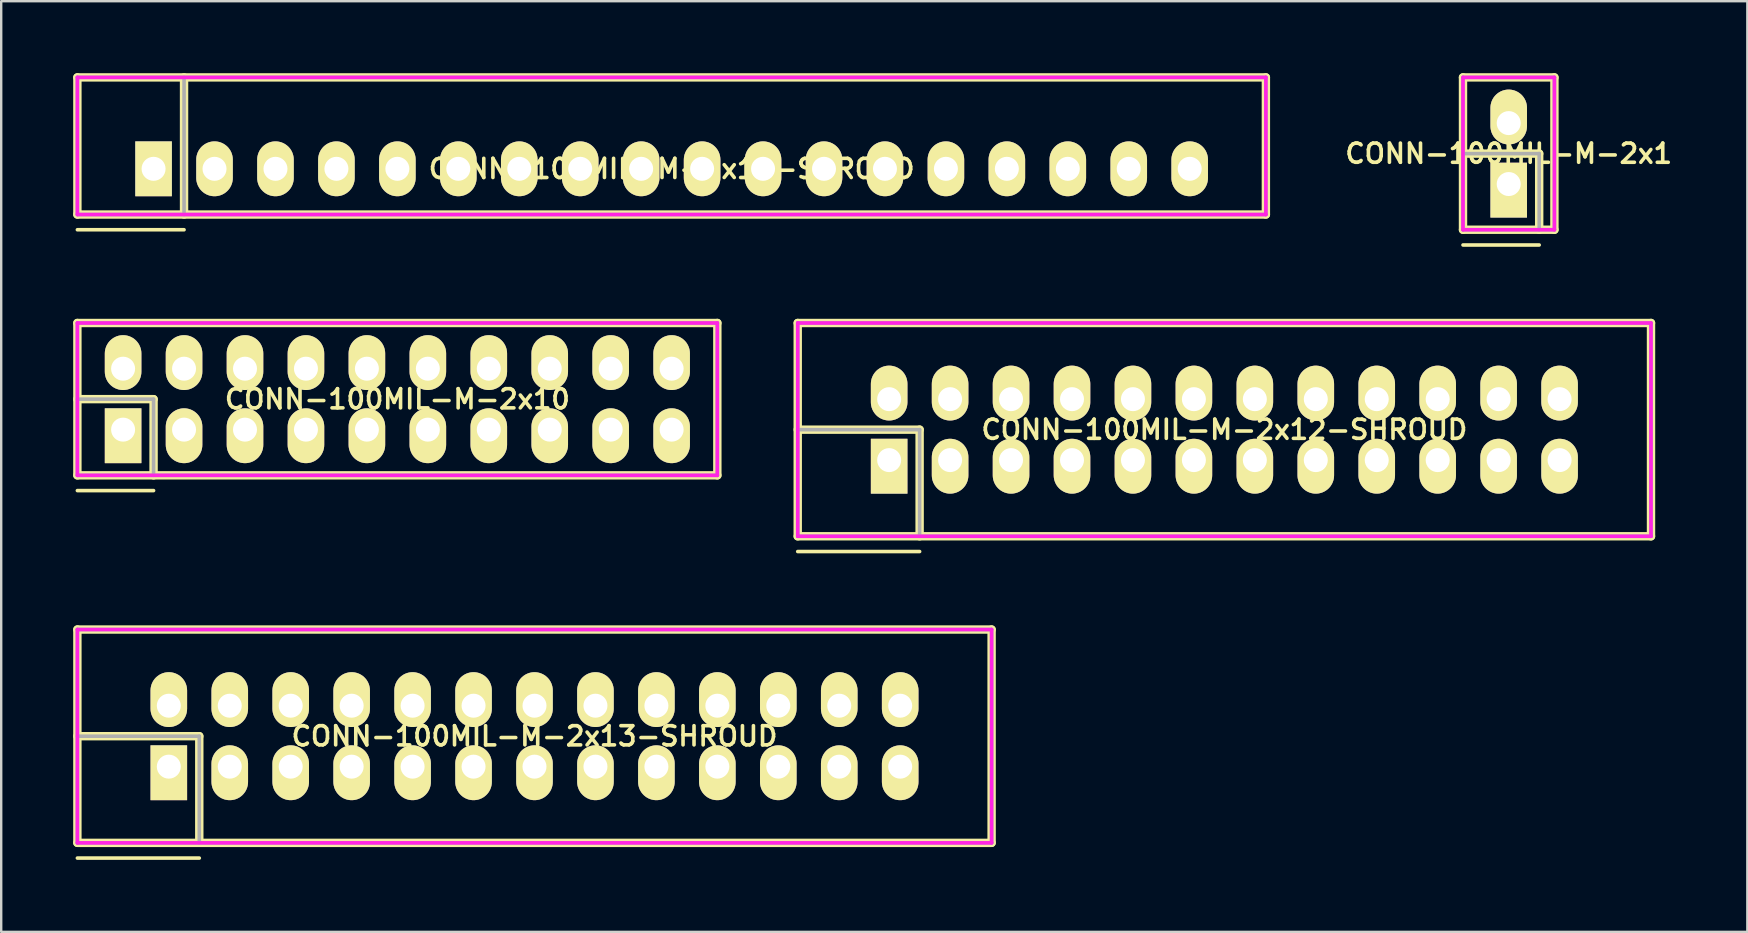
<source format=kicad_pcb>
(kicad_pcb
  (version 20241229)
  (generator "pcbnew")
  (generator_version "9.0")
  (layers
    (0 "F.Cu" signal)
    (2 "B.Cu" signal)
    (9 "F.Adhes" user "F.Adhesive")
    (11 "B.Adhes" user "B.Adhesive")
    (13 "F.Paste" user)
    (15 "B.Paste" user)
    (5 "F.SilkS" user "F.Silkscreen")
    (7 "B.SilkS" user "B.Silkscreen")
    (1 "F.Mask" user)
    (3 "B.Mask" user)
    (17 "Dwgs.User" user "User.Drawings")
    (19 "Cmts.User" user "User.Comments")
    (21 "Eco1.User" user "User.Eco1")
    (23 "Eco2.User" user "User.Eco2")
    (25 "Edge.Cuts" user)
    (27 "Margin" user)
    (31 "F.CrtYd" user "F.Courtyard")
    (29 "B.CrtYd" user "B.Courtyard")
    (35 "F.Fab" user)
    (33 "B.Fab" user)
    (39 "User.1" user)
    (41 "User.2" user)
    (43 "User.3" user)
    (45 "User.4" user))
  (footprint "CONN-100MIL-M-2x10"
    (layer "F.Cu")
    (at 13.51 13.585)
    (property "Reference" "CONN-100MIL-M-2x10" (at 0 0 0) (layer "F.SilkS") (effects (font (size 0.8 0.8) (thickness 0.15))))
    (attr through_hole)
    (fp_line (start -13.335 -3.175) (end 13.335 -3.175) (stroke (width 0.35) (type solid)) (layer "F.SilkS"))
    (fp_line (start -13.335 0) (end -10.16 0) (stroke (width 0.35) (type solid)) (layer "F.SilkS"))
    (fp_line (start -13.335 3.175) (end -13.335 -3.175) (stroke (width 0.35) (type solid)) (layer "F.SilkS"))
    (fp_line (start -13.335 3.81) (end -10.16 3.81) (stroke (width 0.15) (type solid)) (layer "F.SilkS"))
    (fp_line (start -10.16 0) (end -10.16 3.175) (stroke (width 0.35) (type solid)) (layer "F.SilkS"))
    (fp_line (start 13.335 -3.175) (end 13.335 3.175) (stroke (width 0.35) (type solid)) (layer "F.SilkS"))
    (fp_line (start 13.335 3.175) (end -13.335 3.175) (stroke (width 0.35) (type solid)) (layer "F.SilkS"))
    (fp_line (start -13.335 -3.175) (end 13.335 -3.175) (stroke (width 0.15) (type solid)) (layer "F.CrtYd"))
    (fp_line (start -13.335 3.175) (end -13.335 -3.175) (stroke (width 0.15) (type solid)) (layer "F.CrtYd"))
    (fp_line (start 13.335 -3.175) (end 13.335 3.175) (stroke (width 0.15) (type solid)) (layer "F.CrtYd"))
    (fp_line (start 13.335 3.175) (end -13.335 3.175) (stroke (width 0.15) (type solid)) (layer "F.CrtYd"))
    (fp_line (start -13.335 -3.175) (end 13.335 -3.175) (stroke (width 0.15) (type solid)) (layer "F.Fab"))
    (fp_line (start -13.335 0) (end -10.16 0) (stroke (width 0.15) (type solid)) (layer "F.Fab"))
    (fp_line (start -13.335 3.175) (end -13.335 -3.175) (stroke (width 0.15) (type solid)) (layer "F.Fab"))
    (fp_line (start -10.16 0) (end -10.16 3.175) (stroke (width 0.15) (type solid)) (layer "F.Fab"))
    (fp_line (start 13.335 -3.175) (end 13.335 3.175) (stroke (width 0.15) (type solid)) (layer "F.Fab"))
    (fp_line (start 13.335 3.175) (end -13.335 3.175) (stroke (width 0.15) (type solid)) (layer "F.Fab"))
    (pad "1" thru_hole rect (at -11.43 1.27) (size 1.524 2.286) (drill 1 (offset 0 0.254)) (layers "*.Cu" "*.Mask" "F.SilkS"))
    (pad "2" thru_hole oval (at -11.43 -1.27) (size 1.524 2.286) (drill 1 (offset 0 -0.254)) (layers "*.Cu" "*.Mask" "F.SilkS"))
    (pad "3" thru_hole oval (at -8.89 1.27) (size 1.524 2.286) (drill 1 (offset 0 0.254)) (layers "*.Cu" "*.Mask" "F.SilkS"))
    (pad "4" thru_hole oval (at -8.89 -1.27) (size 1.524 2.286) (drill 1 (offset 0 -0.254)) (layers "*.Cu" "*.Mask" "F.SilkS"))
    (pad "5" thru_hole oval (at -6.35 1.27) (size 1.524 2.286) (drill 1 (offset 0 0.254)) (layers "*.Cu" "*.Mask" "F.SilkS"))
    (pad "6" thru_hole oval (at -6.35 -1.27) (size 1.524 2.286) (drill 1 (offset 0 -0.254)) (layers "*.Cu" "*.Mask" "F.SilkS"))
    (pad "7" thru_hole oval (at -3.81 1.27) (size 1.524 2.286) (drill 1 (offset 0 0.254)) (layers "*.Cu" "*.Mask" "F.SilkS"))
    (pad "8" thru_hole oval (at -3.81 -1.27) (size 1.524 2.286) (drill 1 (offset 0 -0.254)) (layers "*.Cu" "*.Mask" "F.SilkS"))
    (pad "9" thru_hole oval (at -1.27 1.27) (size 1.524 2.286) (drill 1 (offset 0 0.254)) (layers "*.Cu" "*.Mask" "F.SilkS"))
    (pad "10" thru_hole oval (at -1.27 -1.27) (size 1.524 2.286) (drill 1 (offset 0 -0.254)) (layers "*.Cu" "*.Mask" "F.SilkS"))
    (pad "11" thru_hole oval (at 1.27 1.27) (size 1.524 2.286) (drill 1 (offset 0 0.254)) (layers "*.Cu" "*.Mask" "F.SilkS"))
    (pad "12" thru_hole oval (at 1.27 -1.27) (size 1.524 2.286) (drill 1 (offset 0 -0.254)) (layers "*.Cu" "*.Mask" "F.SilkS"))
    (pad "13" thru_hole oval (at 3.81 1.27) (size 1.524 2.286) (drill 1 (offset 0 0.254)) (layers "*.Cu" "*.Mask" "F.SilkS"))
    (pad "14" thru_hole oval (at 3.81 -1.27) (size 1.524 2.286) (drill 1 (offset 0 -0.254)) (layers "*.Cu" "*.Mask" "F.SilkS"))
    (pad "15" thru_hole oval (at 6.35 1.27) (size 1.524 2.286) (drill 1 (offset 0 0.254)) (layers "*.Cu" "*.Mask" "F.SilkS"))
    (pad "16" thru_hole oval (at 6.35 -1.27) (size 1.524 2.286) (drill 1 (offset 0 -0.254)) (layers "*.Cu" "*.Mask" "F.SilkS"))
    (pad "17" thru_hole oval (at 8.89 1.27) (size 1.524 2.286) (drill 1 (offset 0 0.254)) (layers "*.Cu" "*.Mask" "F.SilkS"))
    (pad "18" thru_hole oval (at 8.89 -1.27) (size 1.524 2.286) (drill 1 (offset 0 -0.254)) (layers "*.Cu" "*.Mask" "F.SilkS"))
    (pad "19" thru_hole oval (at 11.43 1.27) (size 1.524 2.286) (drill 1 (offset 0 0.254)) (layers "*.Cu" "*.Mask" "F.SilkS"))
    (pad "20" thru_hole oval (at 11.43 -1.27) (size 1.524 2.286) (drill 1 (offset 0 -0.254)) (layers "*.Cu" "*.Mask" "F.SilkS")))
  (footprint "CONN-100MIL-M-2x13-SHROUD"
    (layer "F.Cu")
    (at 19.225 27.63)
    (property "Reference" "CONN-100MIL-M-2x13-SHROUD" (at 0 0 0) (layer "F.SilkS") (effects (font (size 0.8 0.8) (thickness 0.15))))
    (attr through_hole)
    (fp_line (start -19.05 -4.445) (end 19.05 -4.445) (stroke (width 0.35) (type solid)) (layer "F.SilkS"))
    (fp_line (start -19.05 0) (end -13.97 0) (stroke (width 0.35) (type solid)) (layer "F.SilkS"))
    (fp_line (start -19.05 4.445) (end -19.05 -4.445) (stroke (width 0.35) (type solid)) (layer "F.SilkS"))
    (fp_line (start -19.05 5.08) (end -13.97 5.08) (stroke (width 0.15) (type solid)) (layer "F.SilkS"))
    (fp_line (start -13.97 0) (end -13.97 4.445) (stroke (width 0.35) (type solid)) (layer "F.SilkS"))
    (fp_line (start 19.05 -4.445) (end 19.05 4.445) (stroke (width 0.35) (type solid)) (layer "F.SilkS"))
    (fp_line (start 19.05 4.445) (end -19.05 4.445) (stroke (width 0.35) (type solid)) (layer "F.SilkS"))
    (fp_line (start -19.05 -4.445) (end 19.05 -4.445) (stroke (width 0.15) (type solid)) (layer "F.CrtYd"))
    (fp_line (start -19.05 4.445) (end -19.05 -4.445) (stroke (width 0.15) (type solid)) (layer "F.CrtYd"))
    (fp_line (start 19.05 -4.445) (end 19.05 4.445) (stroke (width 0.15) (type solid)) (layer "F.CrtYd"))
    (fp_line (start 19.05 4.445) (end -19.05 4.445) (stroke (width 0.15) (type solid)) (layer "F.CrtYd"))
    (fp_line (start -19.05 -4.445) (end 19.05 -4.445) (stroke (width 0.15) (type solid)) (layer "F.Fab"))
    (fp_line (start -19.05 0) (end -13.97 0) (stroke (width 0.15) (type solid)) (layer "F.Fab"))
    (fp_line (start -19.05 4.445) (end -19.05 -4.445) (stroke (width 0.15) (type solid)) (layer "F.Fab"))
    (fp_line (start -13.97 0) (end -13.97 4.445) (stroke (width 0.15) (type solid)) (layer "F.Fab"))
    (fp_line (start 19.05 -4.445) (end 19.05 4.445) (stroke (width 0.15) (type solid)) (layer "F.Fab"))
    (fp_line (start 19.05 4.445) (end -19.05 4.445) (stroke (width 0.15) (type solid)) (layer "F.Fab"))
    (pad "1" thru_hole rect (at -15.24 1.27) (size 1.524 2.286) (drill 1 (offset 0 0.254)) (layers "*.Cu" "*.Mask" "F.SilkS"))
    (pad "2" thru_hole oval (at -15.24 -1.27) (size 1.524 2.286) (drill 1 (offset 0 -0.254)) (layers "*.Cu" "*.Mask" "F.SilkS"))
    (pad "3" thru_hole oval (at -12.7 1.27) (size 1.524 2.286) (drill 1 (offset 0 0.254)) (layers "*.Cu" "*.Mask" "F.SilkS"))
    (pad "4" thru_hole oval (at -12.7 -1.27) (size 1.524 2.286) (drill 1 (offset 0 -0.254)) (layers "*.Cu" "*.Mask" "F.SilkS"))
    (pad "5" thru_hole oval (at -10.16 1.27) (size 1.524 2.286) (drill 1 (offset 0 0.254)) (layers "*.Cu" "*.Mask" "F.SilkS"))
    (pad "6" thru_hole oval (at -10.16 -1.27) (size 1.524 2.286) (drill 1 (offset 0 -0.254)) (layers "*.Cu" "*.Mask" "F.SilkS"))
    (pad "7" thru_hole oval (at -7.62 1.27) (size 1.524 2.286) (drill 1 (offset 0 0.254)) (layers "*.Cu" "*.Mask" "F.SilkS"))
    (pad "8" thru_hole oval (at -7.62 -1.27) (size 1.524 2.286) (drill 1 (offset 0 -0.254)) (layers "*.Cu" "*.Mask" "F.SilkS"))
    (pad "9" thru_hole oval (at -5.08 1.27) (size 1.524 2.286) (drill 1 (offset 0 0.254)) (layers "*.Cu" "*.Mask" "F.SilkS"))
    (pad "10" thru_hole oval (at -5.08 -1.27) (size 1.524 2.286) (drill 1 (offset 0 -0.254)) (layers "*.Cu" "*.Mask" "F.SilkS"))
    (pad "11" thru_hole oval (at -2.54 1.27) (size 1.524 2.286) (drill 1 (offset 0 0.254)) (layers "*.Cu" "*.Mask" "F.SilkS"))
    (pad "12" thru_hole oval (at -2.54 -1.27) (size 1.524 2.286) (drill 1 (offset 0 -0.254)) (layers "*.Cu" "*.Mask" "F.SilkS"))
    (pad "13" thru_hole oval (at 0 1.27) (size 1.524 2.286) (drill 1 (offset 0 0.254)) (layers "*.Cu" "*.Mask" "F.SilkS"))
    (pad "14" thru_hole oval (at 0 -1.27) (size 1.524 2.286) (drill 1 (offset 0 -0.254)) (layers "*.Cu" "*.Mask" "F.SilkS"))
    (pad "15" thru_hole oval (at 2.54 1.27) (size 1.524 2.286) (drill 1 (offset 0 0.254)) (layers "*.Cu" "*.Mask" "F.SilkS"))
    (pad "16" thru_hole oval (at 2.54 -1.27) (size 1.524 2.286) (drill 1 (offset 0 -0.254)) (layers "*.Cu" "*.Mask" "F.SilkS"))
    (pad "17" thru_hole oval (at 5.08 1.27) (size 1.524 2.286) (drill 1 (offset 0 0.254)) (layers "*.Cu" "*.Mask" "F.SilkS"))
    (pad "18" thru_hole oval (at 5.08 -1.27) (size 1.524 2.286) (drill 1 (offset 0 -0.254)) (layers "*.Cu" "*.Mask" "F.SilkS"))
    (pad "19" thru_hole oval (at 7.62 1.27) (size 1.524 2.286) (drill 1 (offset 0 0.254)) (layers "*.Cu" "*.Mask" "F.SilkS"))
    (pad "20" thru_hole oval (at 7.62 -1.27) (size 1.524 2.286) (drill 1 (offset 0 -0.254)) (layers "*.Cu" "*.Mask" "F.SilkS"))
    (pad "21" thru_hole oval (at 10.16 1.27) (size 1.524 2.286) (drill 1 (offset 0 0.254)) (layers "*.Cu" "*.Mask" "F.SilkS"))
    (pad "22" thru_hole oval (at 10.16 -1.27) (size 1.524 2.286) (drill 1 (offset 0 -0.254)) (layers "*.Cu" "*.Mask" "F.SilkS"))
    (pad "23" thru_hole oval (at 12.7 1.27) (size 1.524 2.286) (drill 1 (offset 0 0.254)) (layers "*.Cu" "*.Mask" "F.SilkS"))
    (pad "24" thru_hole oval (at 12.7 -1.27) (size 1.524 2.286) (drill 1 (offset 0 -0.254)) (layers "*.Cu" "*.Mask" "F.SilkS"))
    (pad "25" thru_hole oval (at 15.24 1.27) (size 1.524 2.286) (drill 1 (offset 0 0.254)) (layers "*.Cu" "*.Mask" "F.SilkS"))
    (pad "26" thru_hole oval (at 15.24 -1.27) (size 1.524 2.286) (drill 1 (offset 0 -0.254)) (layers "*.Cu" "*.Mask" "F.SilkS")))
  (footprint "CONN-100MIL-M-2x1"
    (layer "F.Cu")
    (at 59.825 3.35)
    (property "Reference" "CONN-100MIL-M-2x1" (at 0 0 0) (layer "F.SilkS") (effects (font (size 0.8 0.8) (thickness 0.15))))
    (attr through_hole)
    (fp_line (start -1.905 -3.175) (end 1.905 -3.175) (stroke (width 0.35) (type solid)) (layer "F.SilkS"))
    (fp_line (start -1.905 0) (end 1.27 0) (stroke (width 0.35) (type solid)) (layer "F.SilkS"))
    (fp_line (start -1.905 3.175) (end -1.905 -3.175) (stroke (width 0.35) (type solid)) (layer "F.SilkS"))
    (fp_line (start -1.905 3.81) (end 1.27 3.81) (stroke (width 0.15) (type solid)) (layer "F.SilkS"))
    (fp_line (start 1.27 0) (end 1.27 3.175) (stroke (width 0.35) (type solid)) (layer "F.SilkS"))
    (fp_line (start 1.905 -3.175) (end 1.905 3.175) (stroke (width 0.35) (type solid)) (layer "F.SilkS"))
    (fp_line (start 1.905 3.175) (end -1.905 3.175) (stroke (width 0.35) (type solid)) (layer "F.SilkS"))
    (fp_line (start -1.905 -3.175) (end 1.905 -3.175) (stroke (width 0.15) (type solid)) (layer "F.CrtYd"))
    (fp_line (start -1.905 3.175) (end -1.905 -3.175) (stroke (width 0.15) (type solid)) (layer "F.CrtYd"))
    (fp_line (start 1.905 -3.175) (end 1.905 3.175) (stroke (width 0.15) (type solid)) (layer "F.CrtYd"))
    (fp_line (start 1.905 3.175) (end -1.905 3.175) (stroke (width 0.15) (type solid)) (layer "F.CrtYd"))
    (fp_line (start -1.905 -3.175) (end 1.905 -3.175) (stroke (width 0.15) (type solid)) (layer "F.Fab"))
    (fp_line (start -1.905 0) (end 1.27 0) (stroke (width 0.15) (type solid)) (layer "F.Fab"))
    (fp_line (start -1.905 3.175) (end -1.905 -3.175) (stroke (width 0.15) (type solid)) (layer "F.Fab"))
    (fp_line (start 1.27 0) (end 1.27 3.175) (stroke (width 0.15) (type solid)) (layer "F.Fab"))
    (fp_line (start 1.905 -3.175) (end 1.905 3.175) (stroke (width 0.15) (type solid)) (layer "F.Fab"))
    (fp_line (start 1.905 3.175) (end -1.905 3.175) (stroke (width 0.15) (type solid)) (layer "F.Fab"))
    (pad "1" thru_hole rect (at 0 1.27) (size 1.524 2.286) (drill 1 (offset 0 0.254)) (layers "*.Cu" "*.Mask" "F.SilkS"))
    (pad "2" thru_hole oval (at 0 -1.27) (size 1.524 2.286) (drill 1 (offset 0 -0.254)) (layers "*.Cu" "*.Mask" "F.SilkS")))
  (footprint "CONN-100MIL-M-2x12-SHROUD"
    (layer "F.Cu")
    (at 47.975 14.855)
    (property "Reference" "CONN-100MIL-M-2x12-SHROUD" (at 0 0 0) (layer "F.SilkS") (effects (font (size 0.8 0.8) (thickness 0.15))))
    (attr through_hole)
    (fp_line (start -17.78 -4.445) (end 17.78 -4.445) (stroke (width 0.35) (type solid)) (layer "F.SilkS"))
    (fp_line (start -17.78 0) (end -12.7 0) (stroke (width 0.35) (type solid)) (layer "F.SilkS"))
    (fp_line (start -17.78 4.445) (end -17.78 -4.445) (stroke (width 0.35) (type solid)) (layer "F.SilkS"))
    (fp_line (start -17.78 5.08) (end -12.7 5.08) (stroke (width 0.15) (type solid)) (layer "F.SilkS"))
    (fp_line (start -12.7 0) (end -12.7 4.445) (stroke (width 0.35) (type solid)) (layer "F.SilkS"))
    (fp_line (start 17.78 -4.445) (end 17.78 4.445) (stroke (width 0.35) (type solid)) (layer "F.SilkS"))
    (fp_line (start 17.78 4.445) (end -17.78 4.445) (stroke (width 0.35) (type solid)) (layer "F.SilkS"))
    (fp_line (start -17.78 -4.445) (end 17.78 -4.445) (stroke (width 0.15) (type solid)) (layer "F.CrtYd"))
    (fp_line (start -17.78 4.445) (end -17.78 -4.445) (stroke (width 0.15) (type solid)) (layer "F.CrtYd"))
    (fp_line (start 17.78 -4.445) (end 17.78 4.445) (stroke (width 0.15) (type solid)) (layer "F.CrtYd"))
    (fp_line (start 17.78 4.445) (end -17.78 4.445) (stroke (width 0.15) (type solid)) (layer "F.CrtYd"))
    (fp_line (start -17.78 -4.445) (end 17.78 -4.445) (stroke (width 0.15) (type solid)) (layer "F.Fab"))
    (fp_line (start -17.78 0) (end -12.7 0) (stroke (width 0.15) (type solid)) (layer "F.Fab"))
    (fp_line (start -17.78 4.445) (end -17.78 -4.445) (stroke (width 0.15) (type solid)) (layer "F.Fab"))
    (fp_line (start -12.7 0) (end -12.7 4.445) (stroke (width 0.15) (type solid)) (layer "F.Fab"))
    (fp_line (start 17.78 -4.445) (end 17.78 4.445) (stroke (width 0.15) (type solid)) (layer "F.Fab"))
    (fp_line (start 17.78 4.445) (end -17.78 4.445) (stroke (width 0.15) (type solid)) (layer "F.Fab"))
    (pad "1" thru_hole rect (at -13.97 1.27) (size 1.524 2.286) (drill 1 (offset 0 0.254)) (layers "*.Cu" "*.Mask" "F.SilkS"))
    (pad "2" thru_hole oval (at -13.97 -1.27) (size 1.524 2.286) (drill 1 (offset 0 -0.254)) (layers "*.Cu" "*.Mask" "F.SilkS"))
    (pad "3" thru_hole oval (at -11.43 1.27) (size 1.524 2.286) (drill 1 (offset 0 0.254)) (layers "*.Cu" "*.Mask" "F.SilkS"))
    (pad "4" thru_hole oval (at -11.43 -1.27) (size 1.524 2.286) (drill 1 (offset 0 -0.254)) (layers "*.Cu" "*.Mask" "F.SilkS"))
    (pad "5" thru_hole oval (at -8.89 1.27) (size 1.524 2.286) (drill 1 (offset 0 0.254)) (layers "*.Cu" "*.Mask" "F.SilkS"))
    (pad "6" thru_hole oval (at -8.89 -1.27) (size 1.524 2.286) (drill 1 (offset 0 -0.254)) (layers "*.Cu" "*.Mask" "F.SilkS"))
    (pad "7" thru_hole oval (at -6.35 1.27) (size 1.524 2.286) (drill 1 (offset 0 0.254)) (layers "*.Cu" "*.Mask" "F.SilkS"))
    (pad "8" thru_hole oval (at -6.35 -1.27) (size 1.524 2.286) (drill 1 (offset 0 -0.254)) (layers "*.Cu" "*.Mask" "F.SilkS"))
    (pad "9" thru_hole oval (at -3.81 1.27) (size 1.524 2.286) (drill 1 (offset 0 0.254)) (layers "*.Cu" "*.Mask" "F.SilkS"))
    (pad "10" thru_hole oval (at -3.81 -1.27) (size 1.524 2.286) (drill 1 (offset 0 -0.254)) (layers "*.Cu" "*.Mask" "F.SilkS"))
    (pad "11" thru_hole oval (at -1.27 1.27) (size 1.524 2.286) (drill 1 (offset 0 0.254)) (layers "*.Cu" "*.Mask" "F.SilkS"))
    (pad "12" thru_hole oval (at -1.27 -1.27) (size 1.524 2.286) (drill 1 (offset 0 -0.254)) (layers "*.Cu" "*.Mask" "F.SilkS"))
    (pad "13" thru_hole oval (at 1.27 1.27) (size 1.524 2.286) (drill 1 (offset 0 0.254)) (layers "*.Cu" "*.Mask" "F.SilkS"))
    (pad "14" thru_hole oval (at 1.27 -1.27) (size 1.524 2.286) (drill 1 (offset 0 -0.254)) (layers "*.Cu" "*.Mask" "F.SilkS"))
    (pad "15" thru_hole oval (at 3.81 1.27) (size 1.524 2.286) (drill 1 (offset 0 0.254)) (layers "*.Cu" "*.Mask" "F.SilkS"))
    (pad "16" thru_hole oval (at 3.81 -1.27) (size 1.524 2.286) (drill 1 (offset 0 -0.254)) (layers "*.Cu" "*.Mask" "F.SilkS"))
    (pad "17" thru_hole oval (at 6.35 1.27) (size 1.524 2.286) (drill 1 (offset 0 0.254)) (layers "*.Cu" "*.Mask" "F.SilkS"))
    (pad "18" thru_hole oval (at 6.35 -1.27) (size 1.524 2.286) (drill 1 (offset 0 -0.254)) (layers "*.Cu" "*.Mask" "F.SilkS"))
    (pad "19" thru_hole oval (at 8.89 1.27) (size 1.524 2.286) (drill 1 (offset 0 0.254)) (layers "*.Cu" "*.Mask" "F.SilkS"))
    (pad "20" thru_hole oval (at 8.89 -1.27) (size 1.524 2.286) (drill 1 (offset 0 -0.254)) (layers "*.Cu" "*.Mask" "F.SilkS"))
    (pad "21" thru_hole oval (at 11.43 1.27) (size 1.524 2.286) (drill 1 (offset 0 0.254)) (layers "*.Cu" "*.Mask" "F.SilkS"))
    (pad "22" thru_hole oval (at 11.43 -1.27) (size 1.524 2.286) (drill 1 (offset 0 -0.254)) (layers "*.Cu" "*.Mask" "F.SilkS"))
    (pad "23" thru_hole oval (at 13.97 1.27) (size 1.524 2.286) (drill 1 (offset 0 0.254)) (layers "*.Cu" "*.Mask" "F.SilkS"))
    (pad "24" thru_hole oval (at 13.97 -1.27) (size 1.524 2.286) (drill 1 (offset 0 -0.254)) (layers "*.Cu" "*.Mask" "F.SilkS")))
  (footprint "CONN-100MIL-M-1x18-SHROUD"
    (layer "F.Cu")
    (at 24.94 3.985)
    (property "Reference" "CONN-100MIL-M-1x18-SHROUD" (at 0 0 0) (layer "F.SilkS") (effects (font (size 0.8 0.8) (thickness 0.15))))
    (attr through_hole)
    (fp_line (start -24.765 -3.81) (end 24.765 -3.81) (stroke (width 0.35) (type solid)) (layer "F.SilkS"))
    (fp_line (start -24.765 1.905) (end -24.765 -3.81) (stroke (width 0.35) (type solid)) (layer "F.SilkS"))
    (fp_line (start -24.765 2.54) (end -20.32 2.54) (stroke (width 0.15) (type solid)) (layer "F.SilkS"))
    (fp_line (start -20.32 -3.81) (end -20.32 1.905) (stroke (width 0.35) (type solid)) (layer "F.SilkS"))
    (fp_line (start 24.765 -3.81) (end 24.765 1.905) (stroke (width 0.35) (type solid)) (layer "F.SilkS"))
    (fp_line (start 24.765 1.905) (end -24.765 1.905) (stroke (width 0.35) (type solid)) (layer "F.SilkS"))
    (fp_line (start -24.765 -3.81) (end 24.765 -3.81) (stroke (width 0.15) (type solid)) (layer "F.CrtYd"))
    (fp_line (start -24.765 1.905) (end -24.765 -3.81) (stroke (width 0.15) (type solid)) (layer "F.CrtYd"))
    (fp_line (start 24.765 -3.81) (end 24.765 1.905) (stroke (width 0.15) (type solid)) (layer "F.CrtYd"))
    (fp_line (start 24.765 1.905) (end -24.765 1.905) (stroke (width 0.15) (type solid)) (layer "F.CrtYd"))
    (fp_line (start -24.765 -3.81) (end 24.765 -3.81) (stroke (width 0.15) (type solid)) (layer "F.Fab"))
    (fp_line (start -24.765 1.905) (end -24.765 -3.81) (stroke (width 0.15) (type solid)) (layer "F.Fab"))
    (fp_line (start -20.32 -3.81) (end -20.32 1.905) (stroke (width 0.15) (type solid)) (layer "F.Fab"))
    (fp_line (start 24.765 -3.81) (end 24.765 1.905) (stroke (width 0.15) (type solid)) (layer "F.Fab"))
    (fp_line (start 24.765 1.905) (end -24.765 1.905) (stroke (width 0.15) (type solid)) (layer "F.Fab"))
    (pad "1" thru_hole rect (at -21.59 0) (size 1.524 2.286) (drill 1) (layers "*.Cu" "*.Mask" "F.SilkS"))
    (pad "2" thru_hole oval (at -19.05 0) (size 1.524 2.286) (drill 1) (layers "*.Cu" "*.Mask" "F.SilkS"))
    (pad "3" thru_hole oval (at -16.51 0) (size 1.524 2.286) (drill 1) (layers "*.Cu" "*.Mask" "F.SilkS"))
    (pad "4" thru_hole oval (at -13.97 0) (size 1.524 2.286) (drill 1) (layers "*.Cu" "*.Mask" "F.SilkS"))
    (pad "5" thru_hole oval (at -11.43 0) (size 1.524 2.286) (drill 1) (layers "*.Cu" "*.Mask" "F.SilkS"))
    (pad "6" thru_hole oval (at -8.89 0) (size 1.524 2.286) (drill 1) (layers "*.Cu" "*.Mask" "F.SilkS"))
    (pad "7" thru_hole oval (at -6.35 0) (size 1.524 2.286) (drill 1) (layers "*.Cu" "*.Mask" "F.SilkS"))
    (pad "8" thru_hole oval (at -3.81 0) (size 1.524 2.286) (drill 1) (layers "*.Cu" "*.Mask" "F.SilkS"))
    (pad "9" thru_hole oval (at -1.27 0) (size 1.524 2.286) (drill 1) (layers "*.Cu" "*.Mask" "F.SilkS"))
    (pad "10" thru_hole oval (at 1.27 0) (size 1.524 2.286) (drill 1) (layers "*.Cu" "*.Mask" "F.SilkS"))
    (pad "11" thru_hole oval (at 3.81 0) (size 1.524 2.286) (drill 1) (layers "*.Cu" "*.Mask" "F.SilkS"))
    (pad "12" thru_hole oval (at 6.35 0) (size 1.524 2.286) (drill 1) (layers "*.Cu" "*.Mask" "F.SilkS"))
    (pad "13" thru_hole oval (at 8.89 0) (size 1.524 2.286) (drill 1) (layers "*.Cu" "*.Mask" "F.SilkS"))
    (pad "14" thru_hole oval (at 11.43 0) (size 1.524 2.286) (drill 1) (layers "*.Cu" "*.Mask" "F.SilkS"))
    (pad "15" thru_hole oval (at 13.97 0) (size 1.524 2.286) (drill 1) (layers "*.Cu" "*.Mask" "F.SilkS"))
    (pad "16" thru_hole oval (at 16.51 0) (size 1.524 2.286) (drill 1) (layers "*.Cu" "*.Mask" "F.SilkS"))
    (pad "17" thru_hole oval (at 19.05 0) (size 1.524 2.286) (drill 1) (layers "*.Cu" "*.Mask" "F.SilkS"))
    (pad "18" thru_hole oval (at 21.59 0) (size 1.524 2.286) (drill 1) (layers "*.Cu" "*.Mask" "F.SilkS")))
  (gr_rect
    (start -3 -3)
    (end 69.77 35.785)
    (stroke (width 0.1) (type default))
    (fill no)
    (layer "Edge.Cuts")))
</source>
